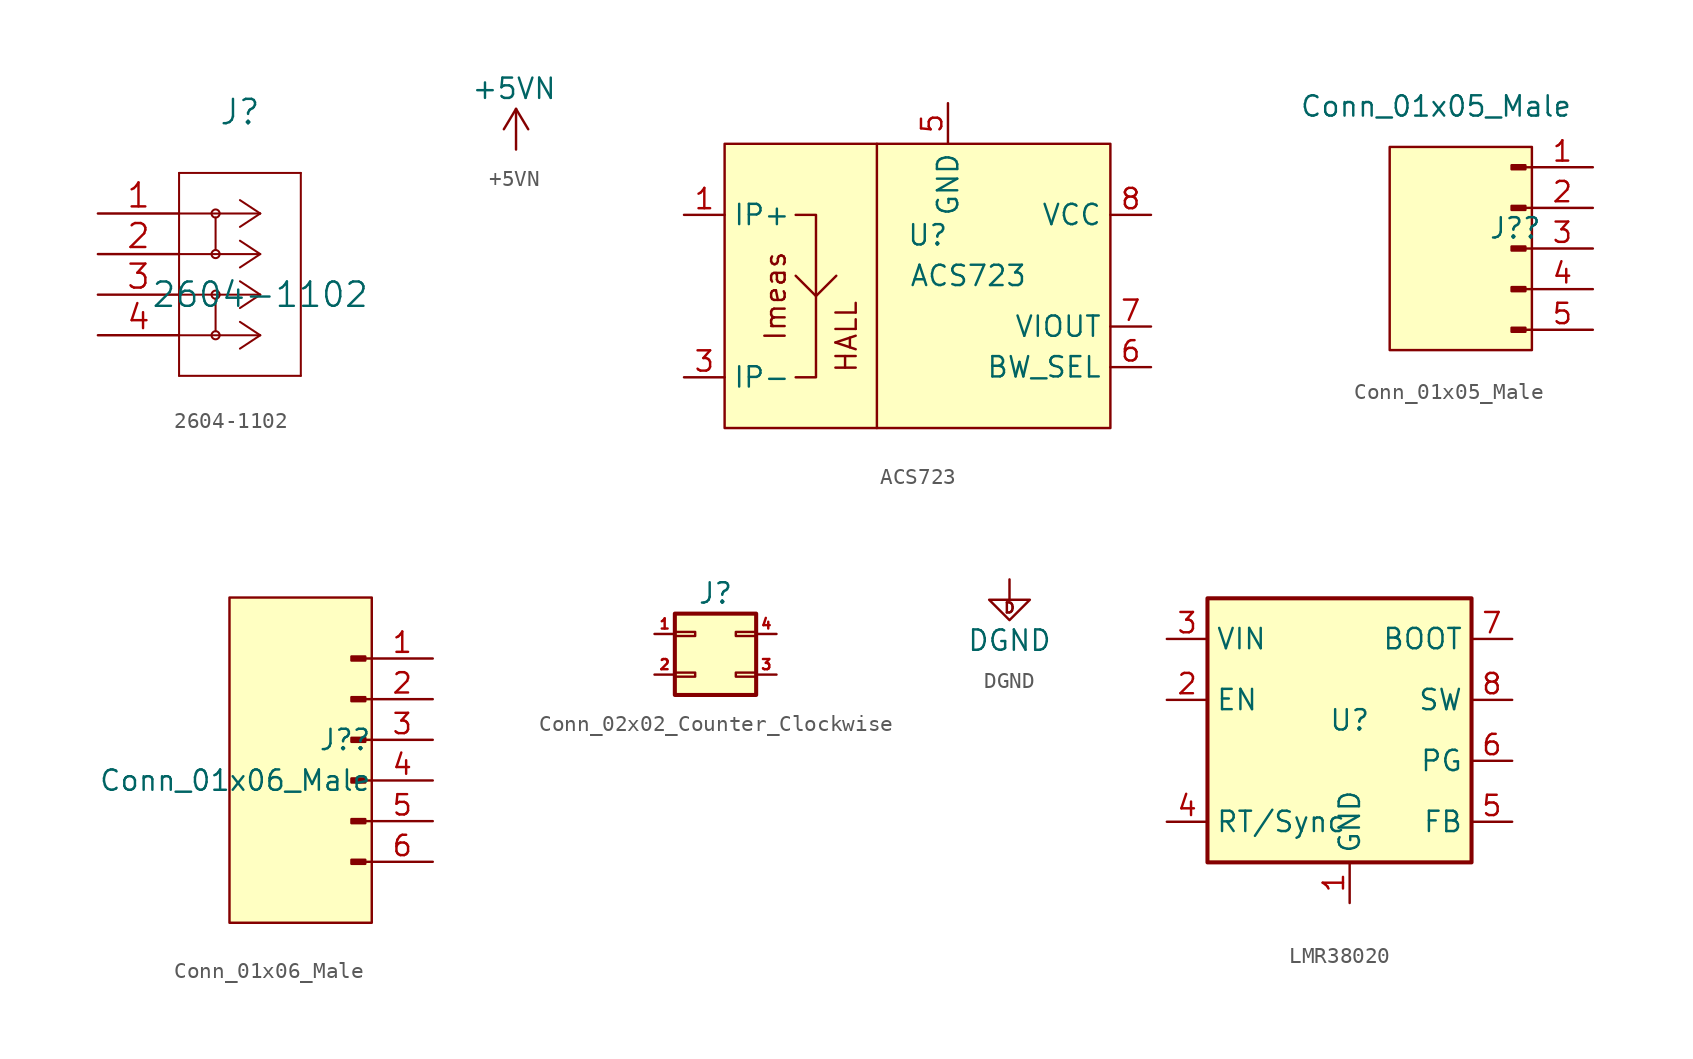
<source format=kicad_sym>
(kicad_symbol_lib
  (version 20241209)
  (generator "kicad_symbol_editor")
  (generator_version "9.0")
  (symbol "2604-1102"
    (pin_names
      (offset 0.254)
      (hide yes))
    (property "Reference" "J"
      (at -1.27 11.43 0)
      (effects (font (size 1.524 1.524))))
    (property "Value" "2604-1102"
      (at 0 0 0)
      (effects (font (size 1.524 1.524))))
    (property "Datasheet" ""
      (at 0 0 0)
      (effects (font (size 1.524 1.524))))
    (symbol "2604-1102_1_1"
      (polyline (pts (xy -5.08 7.62) (xy -5.08 -5.08)) (stroke (width 0.127) (type default)) (fill (type none)))
      (polyline (pts (xy -5.08 -5.08) (xy 2.54 -5.08)) (stroke (width 0.127) (type default)) (fill (type none)))
      (circle (center -2.794 5.08) (radius 0.254) (stroke (width 0.127) (type default)) (fill (type none)))
      (polyline (pts (xy -2.794 4.826) (xy -2.794 2.794)) (stroke (width 0.127) (type default)) (fill (type none)))
      (circle (center -2.794 2.54) (radius 0.254) (stroke (width 0.127) (type default)) (fill (type none)))
      (circle (center -2.794 0) (radius 0.254) (stroke (width 0.127) (type default)) (fill (type none)))
      (polyline (pts (xy -2.794 -0.254) (xy -2.794 -2.286)) (stroke (width 0.127) (type default)) (fill (type none)))
      (circle (center -2.794 -2.54) (radius 0.254) (stroke (width 0.127) (type default)) (fill (type none)))
      (arc (start -2.54 5.08) (mid -2.54 5.08) (end -2.54 5.08) (stroke (width 0.127) (type default)) (fill (type none)))
      (arc (start -2.54 2.54) (mid -2.54 2.54) (end -2.54 2.54) (stroke (width 0.127) (type default)) (fill (type none)))
      (arc (start -2.54 0) (mid -2.54 0) (end -2.54 0) (stroke (width 0.127) (type default)) (fill (type none)))
      (arc (start -2.54 -2.54) (mid -2.54 -2.54) (end -2.54 -2.54) (stroke (width 0.127) (type default)) (fill (type none)))
      (polyline (pts (xy 0 5.08) (xy -5.08 5.08)) (stroke (width 0.127) (type default)) (fill (type none)))
      (polyline (pts (xy 0 5.08) (xy -1.27 5.918)) (stroke (width 0.127) (type default)) (fill (type none)))
      (polyline (pts (xy 0 5.08) (xy -1.27 4.242)) (stroke (width 0.127) (type default)) (fill (type none)))
      (polyline (pts (xy 0 2.54) (xy -5.08 2.54)) (stroke (width 0.127) (type default)) (fill (type none)))
      (polyline (pts (xy 0 2.54) (xy -1.27 3.378)) (stroke (width 0.127) (type default)) (fill (type none)))
      (polyline (pts (xy 0 2.54) (xy -1.27 1.702)) (stroke (width 0.127) (type default)) (fill (type none)))
      (polyline (pts (xy 0 0) (xy -5.08 0)) (stroke (width 0.127) (type default)) (fill (type none)))
      (polyline (pts (xy 0 0) (xy -1.27 0.838)) (stroke (width 0.127) (type default)) (fill (type none)))
      (polyline (pts (xy 0 0) (xy -1.27 -0.838)) (stroke (width 0.127) (type default)) (fill (type none)))
      (polyline (pts (xy 0 -2.54) (xy -5.08 -2.54)) (stroke (width 0.127) (type default)) (fill (type none)))
      (polyline (pts (xy 0 -2.54) (xy -1.27 -1.702)) (stroke (width 0.127) (type default)) (fill (type none)))
      (polyline (pts (xy 0 -2.54) (xy -1.27 -3.378)) (stroke (width 0.127) (type default)) (fill (type none)))
      (polyline (pts (xy 2.54 7.62) (xy -5.08 7.62)) (stroke (width 0.127) (type default)) (fill (type none)))
      (polyline (pts (xy 2.54 -5.08) (xy 2.54 7.62)) (stroke (width 0.127) (type default)) (fill (type none)))
      (pin unspecified line (at -10.16 5.08 0) (length 5.08) (name "1" (effects (font (size 1.499 1.499)))) (number "1" (effects (font (size 1.499 1.499)))))
      (pin unspecified line (at -10.16 2.54 0) (length 5.08) (name "2" (effects (font (size 1.499 1.499)))) (number "2" (effects (font (size 1.499 1.499)))))
      (pin unspecified line (at -10.16 0 0) (length 5.08) (name "3" (effects (font (size 1.499 1.499)))) (number "3" (effects (font (size 1.499 1.499)))))
      (pin unspecified line (at -10.16 -2.54 0) (length 5.08) (name "4" (effects (font (size 1.499 1.499)))) (number "4" (effects (font (size 1.499 1.499)))))))
  (symbol "+5VN"
    (power)
    (property "Reference" "#PWR"
      (at 1.778 0 90)
      (effects (font (size 1.27 1.27)) (hide yes)))
    (property "Value" "+5VN"
      (at -0.127 3.81 0)
      (effects (font (size 1.27 1.27))))
    (symbol "+5VN_0_1"
      (polyline (pts (xy -0.762 1.27) (xy 0 2.54)) (stroke (width 0) (type default)) (fill (type none)))
      (polyline (pts (xy 0 2.54) (xy 0.762 1.27)) (stroke (width 0) (type default)) (fill (type none)))
      (polyline (pts (xy 0 0) (xy 0 2.54)) (stroke (width 0) (type default)) (fill (type none))))
    (symbol "+5VN_1_1"
      (pin power_in line (at 0 0 90) (length 0) (hide yes) (name "+5VN" (effects (font (size 1.27 1.27)))) (number "1" (effects (font (size 1.27 1.27)))))))
  (symbol "ACS723"
    (property "Reference" "U"
      (at 2.54 2.54 0)
      (effects (font (size 1.27 1.27))))
    (property "Value" "ACS723"
      (at 5.08 0 0)
      (effects (font (size 1.27 1.27))))
    (symbol "ACS723_0_0"
      (rectangle (start -10.16 8.255) (end 13.97 -9.525) (stroke (width 0) (type default)) (fill (type background)))
      (polyline (pts (xy -5.715 0) (xy -4.445 -1.27) (xy -3.175 0)) (stroke (width 0) (type default)) (fill (type none)))
      (polyline (pts (xy -0.635 8.255) (xy -0.635 -9.525)) (stroke (width 0) (type default)) (fill (type none)))
      (text "Imeas" (at -6.985 -1.27 900) (effects (font (size 1.27 1.27))))
      (text "HALL" (at -2.54 -3.81 900) (effects (font (size 1.27 1.27)))))
    (symbol "ACS723_0_1"
      (polyline (pts (xy -5.715 3.81) (xy -4.445 3.81) (xy -4.445 -6.35) (xy -5.715 -6.35)) (stroke (width 0) (type default)) (fill (type none))))
    (symbol "ACS723_1_1"
      (pin passive line (at -12.7 3.81 0) (length 2.54) (name "IP+" (effects (font (size 1.27 1.27)))) (number "1" (effects (font (size 1.27 1.27)))))
      (pin passive line (at -12.7 3.81 0) (length 2.54) (hide yes) (name "IP+" (effects (font (size 1.27 1.27)))) (number "2" (effects (font (size 1.27 1.27)))))
      (pin passive line (at -12.7 -6.35 0) (length 2.54) (name "IP-" (effects (font (size 1.27 1.27)))) (number "3" (effects (font (size 1.27 1.27)))))
      (pin passive line (at -12.7 -6.35 0) (length 2.54) (hide yes) (name "IP-" (effects (font (size 1.27 1.27)))) (number "4" (effects (font (size 1.27 1.27)))))
      (pin power_in line (at 3.81 10.795 270) (length 2.54) (name "GND" (effects (font (size 1.27 1.27)))) (number "5" (effects (font (size 1.27 1.27)))))
      (pin power_in line (at 16.51 3.81 180) (length 2.54) (name "VCC" (effects (font (size 1.27 1.27)))) (number "8" (effects (font (size 1.27 1.27)))))
      (pin output line (at 16.51 -3.175 180) (length 2.54) (name "VIOUT" (effects (font (size 1.27 1.27)))) (number "7" (effects (font (size 1.27 1.27)))))
      (pin passive line (at 16.51 -5.715 180) (length 2.54) (name "BW_SEL" (effects (font (size 1.27 1.27)))) (number "6" (effects (font (size 1.27 1.27)))))))
  (symbol "Conn_01x05_Male"
    (pin_names
      (offset 1.016)
      (hide yes))
    (property "Reference" "J?"
      (at 1.905 1.27 0)
      (effects (font (size 1.27 1.27)) (justify right)))
    (property "Value" "Conn_01x05_Male"
      (at 3.81 8.89 0)
      (effects (font (size 1.27 1.27)) (justify right)))
    (symbol "Conn_01x05_Male_0_1"
      (rectangle (start -7.62 6.35) (end 1.27 -6.35) (stroke (width 0) (type default)) (fill (type background))))
    (symbol "Conn_01x05_Male_1_1"
      (rectangle (start 0.864 5.207) (end 0 4.953) (stroke (width 0.152) (type default)) (fill (type outline)))
      (rectangle (start 0.864 2.667) (end 0 2.413) (stroke (width 0.152) (type default)) (fill (type outline)))
      (rectangle (start 0.864 0.127) (end 0 -0.127) (stroke (width 0.152) (type default)) (fill (type outline)))
      (rectangle (start 0.864 -2.413) (end 0 -2.667) (stroke (width 0.152) (type default)) (fill (type outline)))
      (rectangle (start 0.864 -4.953) (end 0 -5.207) (stroke (width 0.152) (type default)) (fill (type outline)))
      (polyline (pts (xy 1.27 5.08) (xy 0.864 5.08)) (stroke (width 0.152) (type default)) (fill (type none)))
      (polyline (pts (xy 1.27 2.54) (xy 0.864 2.54)) (stroke (width 0.152) (type default)) (fill (type none)))
      (polyline (pts (xy 1.27 0) (xy 0.864 0)) (stroke (width 0.152) (type default)) (fill (type none)))
      (polyline (pts (xy 1.27 -2.54) (xy 0.864 -2.54)) (stroke (width 0.152) (type default)) (fill (type none)))
      (polyline (pts (xy 1.27 -5.08) (xy 0.864 -5.08)) (stroke (width 0.152) (type default)) (fill (type none)))
      (pin passive line (at 5.08 5.08 180) (length 3.81) (name "Pin_1" (effects (font (size 1.27 1.27)))) (number "1" (effects (font (size 1.27 1.27)))))
      (pin passive line (at 5.08 2.54 180) (length 3.81) (name "Pin_2" (effects (font (size 1.27 1.27)))) (number "2" (effects (font (size 1.27 1.27)))))
      (pin passive line (at 5.08 0 180) (length 3.81) (name "Pin_3" (effects (font (size 1.27 1.27)))) (number "3" (effects (font (size 1.27 1.27)))))
      (pin passive line (at 5.08 -2.54 180) (length 3.81) (name "Pin_4" (effects (font (size 1.27 1.27)))) (number "4" (effects (font (size 1.27 1.27)))))
      (pin passive line (at 5.08 -5.08 180) (length 3.81) (name "Pin_5" (effects (font (size 1.27 1.27)))) (number "5" (effects (font (size 1.27 1.27)))))))
  (symbol "Conn_01x06_Male"
    (pin_names
      (offset 1.016)
      (hide yes))
    (property "Reference" "J?"
      (at 1.27 0.0001 0)
      (effects (font (size 1.27 1.27)) (justify right)))
    (property "Value" "Conn_01x06_Male"
      (at 1.27 -2.54 0)
      (effects (font (size 1.27 1.27)) (justify right)))
    (symbol "Conn_01x06_Male_0_1"
      (rectangle (start -7.62 8.89) (end 1.27 -11.43) (stroke (width 0) (type default)) (fill (type background))))
    (symbol "Conn_01x06_Male_1_1"
      (rectangle (start 0.864 5.207) (end 0 4.953) (stroke (width 0.152) (type default)) (fill (type outline)))
      (rectangle (start 0.864 2.667) (end 0 2.413) (stroke (width 0.152) (type default)) (fill (type outline)))
      (rectangle (start 0.864 0.127) (end 0 -0.127) (stroke (width 0.152) (type default)) (fill (type outline)))
      (rectangle (start 0.864 -2.413) (end 0 -2.667) (stroke (width 0.152) (type default)) (fill (type outline)))
      (rectangle (start 0.864 -4.953) (end 0 -5.207) (stroke (width 0.152) (type default)) (fill (type outline)))
      (rectangle (start 0.864 -7.493) (end 0 -7.747) (stroke (width 0.152) (type default)) (fill (type outline)))
      (polyline (pts (xy 1.27 5.08) (xy 0.864 5.08)) (stroke (width 0.152) (type default)) (fill (type none)))
      (polyline (pts (xy 1.27 2.54) (xy 0.864 2.54)) (stroke (width 0.152) (type default)) (fill (type none)))
      (polyline (pts (xy 1.27 0) (xy 0.864 0)) (stroke (width 0.152) (type default)) (fill (type none)))
      (polyline (pts (xy 1.27 -2.54) (xy 0.864 -2.54)) (stroke (width 0.152) (type default)) (fill (type none)))
      (polyline (pts (xy 1.27 -5.08) (xy 0.864 -5.08)) (stroke (width 0.152) (type default)) (fill (type none)))
      (polyline (pts (xy 1.27 -7.62) (xy 0.864 -7.62)) (stroke (width 0.152) (type default)) (fill (type none)))
      (pin passive line (at 5.08 5.08 180) (length 3.81) (name "Pin_1" (effects (font (size 1.27 1.27)))) (number "1" (effects (font (size 1.27 1.27)))))
      (pin passive line (at 5.08 2.54 180) (length 3.81) (name "Pin_2" (effects (font (size 1.27 1.27)))) (number "2" (effects (font (size 1.27 1.27)))))
      (pin passive line (at 5.08 0 180) (length 3.81) (name "Pin_3" (effects (font (size 1.27 1.27)))) (number "3" (effects (font (size 1.27 1.27)))))
      (pin passive line (at 5.08 -2.54 180) (length 3.81) (name "Pin_4" (effects (font (size 1.27 1.27)))) (number "4" (effects (font (size 1.27 1.27)))))
      (pin passive line (at 5.08 -5.08 180) (length 3.81) (name "Pin_5" (effects (font (size 1.27 1.27)))) (number "5" (effects (font (size 1.27 1.27)))))
      (pin passive line (at 5.08 -7.62 180) (length 3.81) (name "Pin_6" (effects (font (size 1.27 1.27)))) (number "6" (effects (font (size 1.27 1.27)))))))
  (symbol "Conn_02x02_Counter_Clockwise"
    (pin_names
      (offset 1.016)
      (hide yes))
    (property "Reference" "J"
      (at 1.27 2.54 0)
      (effects (font (size 1.27 1.27))))
    (symbol "Conn_02x02_Counter_Clockwise_1_1"
      (rectangle (start -1.27 1.27) (end 3.81 -3.81) (stroke (width 0.254) (type default)) (fill (type background)))
      (rectangle (start -1.27 0.127) (end 0 -0.127) (stroke (width 0.152) (type default)) (fill (type none)))
      (rectangle (start -1.27 -2.413) (end 0 -2.667) (stroke (width 0.152) (type default)) (fill (type none)))
      (rectangle (start 2.54 0.127) (end 3.81 -0.127) (stroke (width 0.152) (type default)) (fill (type none)))
      (rectangle (start 3.81 -2.413) (end 2.54 -2.667) (stroke (width 0.152) (type default)) (fill (type none)))
      (pin passive line (at -2.54 0 0) (length 1.27) (name "Pin_1" (effects (font (size 1.27 1.27)))) (number "1" (effects (font (size 0.635 0.635)))))
      (pin passive line (at -2.54 -2.54 0) (length 1.27) (name "Pin_2" (effects (font (size 1.27 1.27)))) (number "2" (effects (font (size 0.635 0.635)))))
      (pin passive line (at 5.08 0 180) (length 1.27) (name "Pin_4" (effects (font (size 1.27 1.27)))) (number "4" (effects (font (size 0.635 0.635)))))
      (pin passive line (at 5.08 -2.54 180) (length 1.27) (name "Pin_3" (effects (font (size 1.27 1.27)))) (number "3" (effects (font (size 0.635 0.635)))))))
  (symbol "DGND"
    (power)
    (pin_names
      (offset 0))
    (property "Reference" "#PWR"
      (at 0 -6.35 0)
      (effects (font (size 1.27 1.27)) (hide yes)))
    (property "Value" "DGND"
      (at 0 -3.81 0)
      (effects (font (size 1.27 1.27))))
    (symbol "DGND_0_0"
      (text "D" (at 0 -1.778 0) (effects (font (size 0.63 0.63)))))
    (symbol "DGND_0_1"
      (polyline (pts (xy 0 0) (xy 0 -1.27) (xy 1.27 -1.27) (xy 0 -2.54) (xy -1.27 -1.27) (xy 0 -1.27)) (stroke (width 0) (type default)) (fill (type none))))
    (symbol "DGND_1_1"
      (pin power_in line (at 0 0 270) (length 0) (hide yes) (name "DGND" (effects (font (size 1.27 1.27)))) (number "1" (effects (font (size 1.27 1.27)))))))
  (symbol "LMR38020"
    (property "Reference" "U"
      (at 0 0 0)
      (effects (font (size 1.27 1.27))))
    (property "Value" ""
      (at 0 0 0)
      (effects (font (size 1.27 1.27))))
    (symbol "LMR38020_0_1"
      (rectangle (start -8.89 7.62) (end 7.62 -8.89) (stroke (width 0.254) (type default)) (fill (type background))))
    (symbol "LMR38020_1_1"
      (pin power_in line (at -11.43 5.08 0) (length 2.54) (name "VIN" (effects (font (size 1.27 1.27)))) (number "3" (effects (font (size 1.27 1.27)))))
      (pin input line (at -11.43 1.27 0) (length 2.54) (name "EN" (effects (font (size 1.27 1.27)))) (number "2" (effects (font (size 1.27 1.27)))))
      (pin input line (at -11.43 -6.35 0) (length 2.54) (name "RT/Sync" (effects (font (size 1.27 1.27)))) (number "4" (effects (font (size 1.27 1.27)))))
      (pin power_in line (at 0 -11.43 90) (length 2.54) (name "GND" (effects (font (size 1.27 1.27)))) (number "1" (effects (font (size 1.27 1.27)))))
      (pin passive line (at 0 -11.43 90) (length 2.54) (hide yes) (name "GND" (effects (font (size 1.27 1.27)))) (number "9" (effects (font (size 1.27 1.27)))))
      (pin input line (at 10.16 5.08 180) (length 2.54) (name "BOOT" (effects (font (size 1.27 1.27)))) (number "7" (effects (font (size 1.27 1.27)))))
      (pin output line (at 10.16 1.27 180) (length 2.54) (name "SW" (effects (font (size 1.27 1.27)))) (number "8" (effects (font (size 1.27 1.27)))))
      (pin input line (at 10.16 -2.54 180) (length 2.54) (name "PG" (effects (font (size 1.27 1.27)))) (number "6" (effects (font (size 1.27 1.27)))))
      (pin input line (at 10.16 -6.35 180) (length 2.54) (name "FB" (effects (font (size 1.27 1.27)))) (number "5" (effects (font (size 1.27 1.27))))))))
</source>
